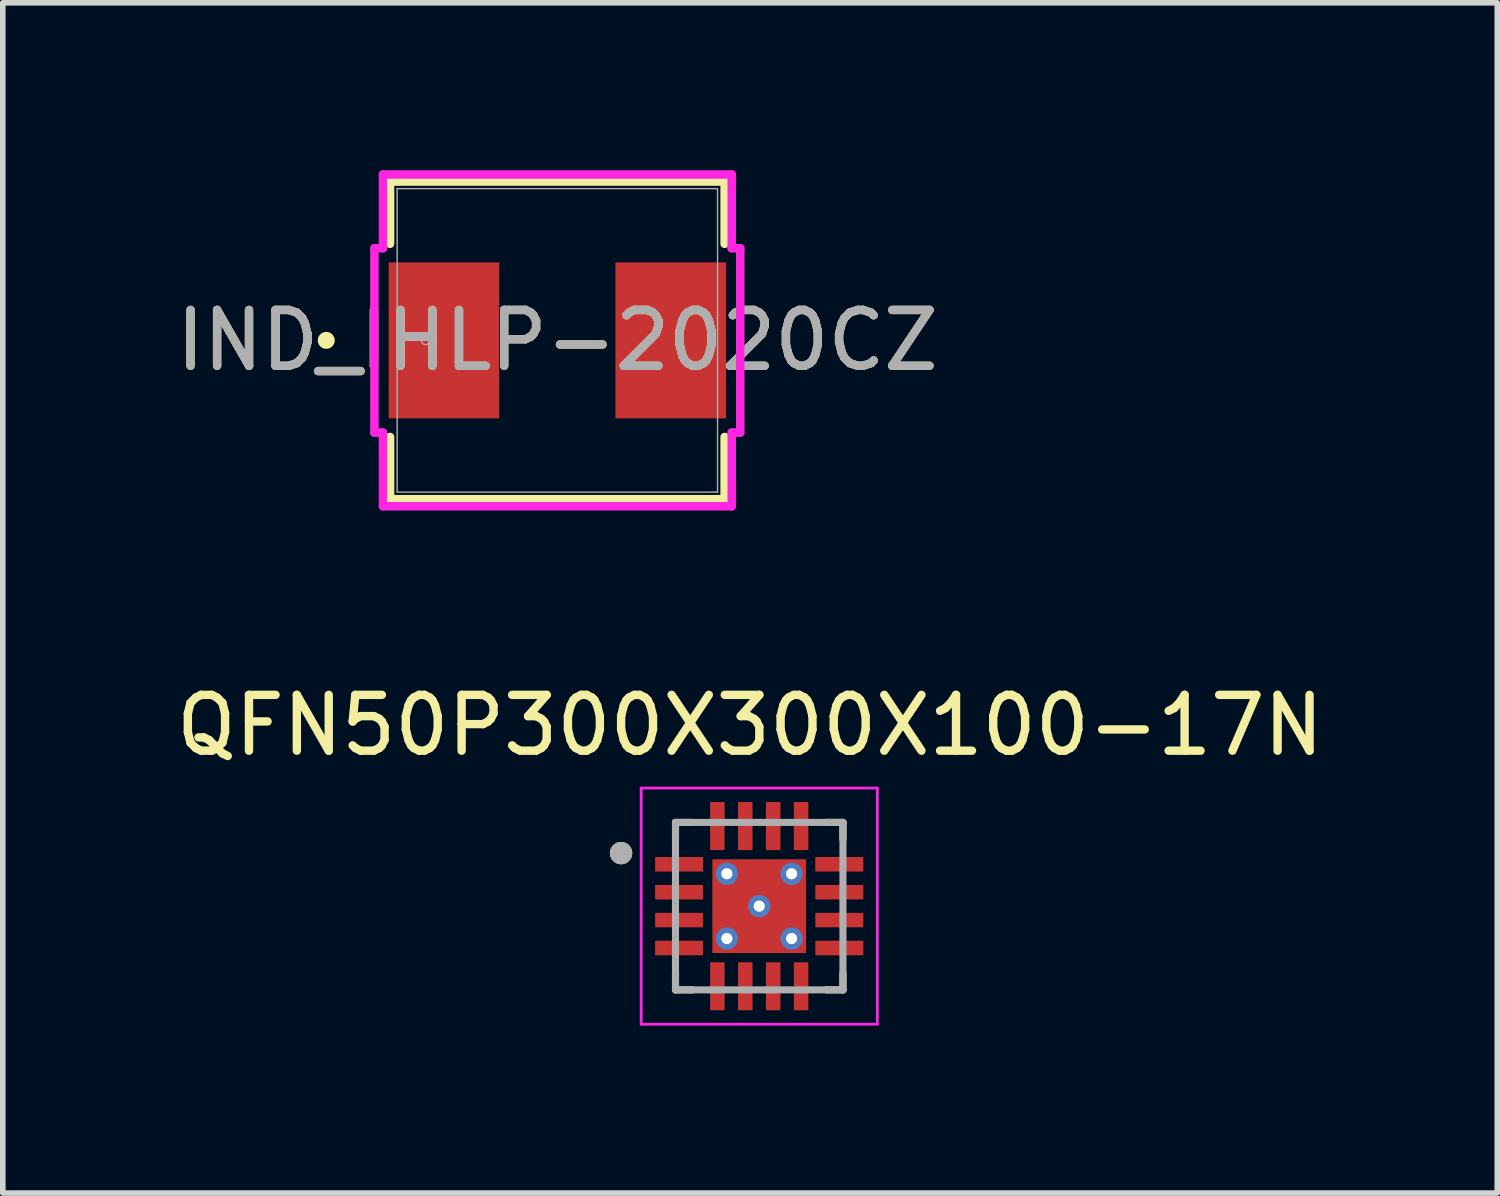
<source format=kicad_pcb>
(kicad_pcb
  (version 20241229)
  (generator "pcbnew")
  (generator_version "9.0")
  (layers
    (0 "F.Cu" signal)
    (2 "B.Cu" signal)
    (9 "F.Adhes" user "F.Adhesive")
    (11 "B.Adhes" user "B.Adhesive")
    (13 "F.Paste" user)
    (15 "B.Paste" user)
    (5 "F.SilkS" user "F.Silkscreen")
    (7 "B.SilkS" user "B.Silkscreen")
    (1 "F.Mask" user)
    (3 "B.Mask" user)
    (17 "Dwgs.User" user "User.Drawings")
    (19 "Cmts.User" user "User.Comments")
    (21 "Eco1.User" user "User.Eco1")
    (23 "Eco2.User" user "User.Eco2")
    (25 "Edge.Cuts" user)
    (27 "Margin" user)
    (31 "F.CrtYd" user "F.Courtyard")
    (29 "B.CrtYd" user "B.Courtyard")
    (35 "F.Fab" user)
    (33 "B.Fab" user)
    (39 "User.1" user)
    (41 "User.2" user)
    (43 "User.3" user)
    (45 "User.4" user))
  (footprint "IND_IHLP-2020CZ"
    (layer "F.Cu")
    (at 6.935 3.048)
    (property "Reference" "IND_IHLP-2020CZ" (at 0 0 0) (unlocked yes) (layer "F.SilkS") (effects (font (size 1 1) (thickness 0.15))))
    (attr smd)
    (fp_line (start -2.997 -2.845) (end -2.997 -1.73) (stroke (width 0.152) (type solid)) (layer "F.SilkS"))
    (fp_line (start -2.997 1.73) (end -2.997 2.845) (stroke (width 0.152) (type solid)) (layer "F.SilkS"))
    (fp_line (start -2.997 2.845) (end 2.997 2.845) (stroke (width 0.152) (type solid)) (layer "F.SilkS"))
    (fp_line (start 2.997 -2.845) (end -2.997 -2.845) (stroke (width 0.152) (type solid)) (layer "F.SilkS"))
    (fp_line (start 2.997 -1.73) (end 2.997 -2.845) (stroke (width 0.152) (type solid)) (layer "F.SilkS"))
    (fp_line (start 2.997 2.845) (end 2.997 1.73) (stroke (width 0.152) (type solid)) (layer "F.SilkS"))
    (fp_circle (center -4.14 0) (end -4.064 0) (stroke (width 0.152) (type solid)) (fill no) (layer "F.SilkS"))
    (fp_line (start -3.277 -1.651) (end -3.124 -1.651) (stroke (width 0.152) (type solid)) (layer "F.CrtYd"))
    (fp_line (start -3.277 1.651) (end -3.277 -1.651) (stroke (width 0.152) (type solid)) (layer "F.CrtYd"))
    (fp_line (start -3.124 -2.972) (end 3.124 -2.972) (stroke (width 0.152) (type solid)) (layer "F.CrtYd"))
    (fp_line (start -3.124 -1.651) (end -3.124 -2.972) (stroke (width 0.152) (type solid)) (layer "F.CrtYd"))
    (fp_line (start -3.124 1.651) (end -3.277 1.651) (stroke (width 0.152) (type solid)) (layer "F.CrtYd"))
    (fp_line (start -3.124 2.972) (end -3.124 1.651) (stroke (width 0.152) (type solid)) (layer "F.CrtYd"))
    (fp_line (start 3.124 -2.972) (end 3.124 -1.651) (stroke (width 0.152) (type solid)) (layer "F.CrtYd"))
    (fp_line (start 3.124 -1.651) (end 3.277 -1.651) (stroke (width 0.152) (type solid)) (layer "F.CrtYd"))
    (fp_line (start 3.124 1.651) (end 3.124 2.972) (stroke (width 0.152) (type solid)) (layer "F.CrtYd"))
    (fp_line (start 3.124 2.972) (end -3.124 2.972) (stroke (width 0.152) (type solid)) (layer "F.CrtYd"))
    (fp_line (start 3.277 -1.651) (end 3.277 1.651) (stroke (width 0.152) (type solid)) (layer "F.CrtYd"))
    (fp_line (start 3.277 1.651) (end 3.124 1.651) (stroke (width 0.152) (type solid)) (layer "F.CrtYd"))
    (fp_line (start -2.87 -2.718) (end -2.87 2.718) (stroke (width 0.025) (type solid)) (layer "F.Fab"))
    (fp_line (start -2.87 2.718) (end 2.87 2.718) (stroke (width 0.025) (type solid)) (layer "F.Fab"))
    (fp_line (start 2.87 -2.718) (end -2.87 -2.718) (stroke (width 0.025) (type solid)) (layer "F.Fab"))
    (fp_line (start 2.87 2.718) (end 2.87 -2.718) (stroke (width 0.025) (type solid)) (layer "F.Fab"))
    (fp_circle (center -2.362 0) (end -2.286 0) (stroke (width 0.025) (type solid)) (fill no) (layer "F.Fab"))
    (fp_text user "${REFERENCE}" (at 0 0 0) (unlocked yes) (layer "F.Fab") (effects (font (size 1 1) (thickness 0.15))))
    (pad "1" smd rect (at -2.032 0 90) (size 2.794 1.981) (layers "F.Cu" "F.Mask" "F.Paste"))
    (pad "2" smd rect (at 2.032 0 90) (size 2.794 1.981) (layers "F.Cu" "F.Mask" "F.Paste"))
    (zone (net_name "") (layer "F.Cu") (hatch full 0.508) (connect_pads) (min_thickness 0.254) (filled_areas_thickness no) (keepout (tracks not_allowed) (vias not_allowed) (pads allowed) (copperpour not_allowed) (footprints allowed)) (placement (enabled no)) (fill) (polygon (pts (xy 4.115 0.381) (xy 9.754 0.381) (xy 9.754 1.6) (xy 4.115 1.6))))
    (zone (net_name "") (layer "F.Cu") (hatch full 0.508) (connect_pads) (min_thickness 0.254) (filled_areas_thickness no) (keepout (tracks not_allowed) (vias not_allowed) (pads allowed) (copperpour not_allowed) (footprints allowed)) (placement (enabled no)) (fill) (polygon (pts (xy 4.115 4.496) (xy 9.754 4.496) (xy 9.754 5.715) (xy 4.115 5.715))))
    (zone (net_name "") (layer "F.Cu") (hatch full 0.508) (connect_pads) (min_thickness 0.254) (filled_areas_thickness no) (keepout (tracks not_allowed) (vias not_allowed) (pads allowed) (copperpour not_allowed) (footprints allowed)) (placement (enabled no)) (fill) (polygon (pts (xy 5.944 1.6) (xy 7.925 1.6) (xy 7.925 4.496) (xy 5.944 4.496)))))
  (footprint "QFN50P300X300X100-17N"
    (layer "F.Cu")
    (at 10.552 13.184)
    (property "Reference" "QFN50P300X300X100-17N" (at -0.165 -3.24 0) (layer "F.SilkS") (effects (font (size 1 1) (thickness 0.15))))
    (attr smd)
    (fp_line (start -1.5 -1.5) (end -1.5 -1.2) (stroke (width 0.127) (type solid)) (layer "F.SilkS"))
    (fp_line (start -1.5 -1.5) (end -1.2 -1.5) (stroke (width 0.127) (type solid)) (layer "F.SilkS"))
    (fp_line (start -1.5 1.5) (end -1.5 1.2) (stroke (width 0.127) (type solid)) (layer "F.SilkS"))
    (fp_line (start -1.5 1.5) (end -1.2 1.5) (stroke (width 0.127) (type solid)) (layer "F.SilkS"))
    (fp_line (start 1.5 -1.5) (end 1.2 -1.5) (stroke (width 0.127) (type solid)) (layer "F.SilkS"))
    (fp_line (start 1.5 -1.5) (end 1.5 -1.2) (stroke (width 0.127) (type solid)) (layer "F.SilkS"))
    (fp_line (start 1.5 1.5) (end 1.2 1.5) (stroke (width 0.127) (type solid)) (layer "F.SilkS"))
    (fp_line (start 1.5 1.5) (end 1.5 1.2) (stroke (width 0.127) (type solid)) (layer "F.SilkS"))
    (fp_circle (center -2.475 -0.95) (end -2.375 -0.95) (stroke (width 0.2) (type solid)) (fill no) (layer "F.SilkS"))
    (fp_poly (pts (xy -0.53 -0.53) (xy 0.53 -0.53) (xy 0.53 0.53) (xy -0.53 0.53)) (stroke (width 0.01) (type solid)) (fill yes) (layer "F.Paste"))
    (fp_line (start -2.115 -2.115) (end 2.115 -2.115) (stroke (width 0.05) (type solid)) (layer "F.CrtYd"))
    (fp_line (start -2.115 2.115) (end -2.115 -2.115) (stroke (width 0.05) (type solid)) (layer "F.CrtYd"))
    (fp_line (start -2.115 2.115) (end 2.115 2.115) (stroke (width 0.05) (type solid)) (layer "F.CrtYd"))
    (fp_line (start 2.115 2.115) (end 2.115 -2.115) (stroke (width 0.05) (type solid)) (layer "F.CrtYd"))
    (fp_line (start -1.5 1.5) (end -1.5 -1.5) (stroke (width 0.127) (type solid)) (layer "F.Fab"))
    (fp_line (start 1.5 -1.5) (end -1.5 -1.5) (stroke (width 0.127) (type solid)) (layer "F.Fab"))
    (fp_line (start 1.5 1.5) (end -1.5 1.5) (stroke (width 0.127) (type solid)) (layer "F.Fab"))
    (fp_line (start 1.5 1.5) (end 1.5 -1.5) (stroke (width 0.127) (type solid)) (layer "F.Fab"))
    (fp_circle (center -2.475 -0.95) (end -2.375 -0.95) (stroke (width 0.2) (type solid)) (fill no) (layer "F.Fab"))
    (pad "1" smd roundrect (at -1.435 -0.75) (size 0.86 0.26) (layers "F.Cu" "F.Mask" "F.Paste") (roundrect_rratio 0.03))
    (pad "2" smd roundrect (at -1.435 -0.25) (size 0.86 0.26) (layers "F.Cu" "F.Mask" "F.Paste") (roundrect_rratio 0.03))
    (pad "3" smd roundrect (at -1.435 0.25) (size 0.86 0.26) (layers "F.Cu" "F.Mask" "F.Paste") (roundrect_rratio 0.03))
    (pad "4" smd roundrect (at -1.435 0.75) (size 0.86 0.26) (layers "F.Cu" "F.Mask" "F.Paste") (roundrect_rratio 0.03))
    (pad "5" smd roundrect (at -0.75 1.435 90) (size 0.86 0.26) (layers "F.Cu" "F.Mask" "F.Paste") (roundrect_rratio 0.03))
    (pad "6" smd roundrect (at -0.25 1.435 90) (size 0.86 0.26) (layers "F.Cu" "F.Mask" "F.Paste") (roundrect_rratio 0.03))
    (pad "7" smd roundrect (at 0.25 1.435 90) (size 0.86 0.26) (layers "F.Cu" "F.Mask" "F.Paste") (roundrect_rratio 0.03))
    (pad "8" smd roundrect (at 0.75 1.435 90) (size 0.86 0.26) (layers "F.Cu" "F.Mask" "F.Paste") (roundrect_rratio 0.03))
    (pad "9" smd roundrect (at 1.435 0.75) (size 0.86 0.26) (layers "F.Cu" "F.Mask" "F.Paste") (roundrect_rratio 0.03))
    (pad "10" smd roundrect (at 1.435 0.25) (size 0.86 0.26) (layers "F.Cu" "F.Mask" "F.Paste") (roundrect_rratio 0.03))
    (pad "11" smd roundrect (at 1.435 -0.25) (size 0.86 0.26) (layers "F.Cu" "F.Mask" "F.Paste") (roundrect_rratio 0.03))
    (pad "12" smd roundrect (at 1.435 -0.75) (size 0.86 0.26) (layers "F.Cu" "F.Mask" "F.Paste") (roundrect_rratio 0.03))
    (pad "13" smd roundrect (at 0.75 -1.435 90) (size 0.86 0.26) (layers "F.Cu" "F.Mask" "F.Paste") (roundrect_rratio 0.03))
    (pad "14" smd roundrect (at 0.25 -1.435 90) (size 0.86 0.26) (layers "F.Cu" "F.Mask" "F.Paste") (roundrect_rratio 0.03))
    (pad "15" smd roundrect (at -0.25 -1.435 90) (size 0.86 0.26) (layers "F.Cu" "F.Mask" "F.Paste") (roundrect_rratio 0.03))
    (pad "16" smd roundrect (at -0.75 -1.435 90) (size 0.86 0.26) (layers "F.Cu" "F.Mask" "F.Paste") (roundrect_rratio 0.03))
    (pad "17" smd rect (at 0 0) (size 1.68 1.68) (layers "F.Cu" "F.Mask"))
    (pad "18" thru_hole circle (at 0 0) (size 0.4 0.4) (drill 0.2) (layers "*.Cu"))
    (pad "19" thru_hole circle (at -0.58 -0.58) (size 0.4 0.4) (drill 0.2) (layers "*.Cu"))
    (pad "20" thru_hole circle (at 0.58 -0.58) (size 0.4 0.4) (drill 0.2) (layers "*.Cu"))
    (pad "21" thru_hole circle (at -0.58 0.58) (size 0.4 0.4) (drill 0.2) (layers "*.Cu"))
    (pad "22" thru_hole circle (at 0.58 0.58) (size 0.4 0.4) (drill 0.2) (layers "*.Cu")))
  (gr_rect
    (start -3 -3)
    (end 23.774 18.324)
    (stroke (width 0.1) (type default))
    (fill no)
    (layer "Edge.Cuts")))
</source>
